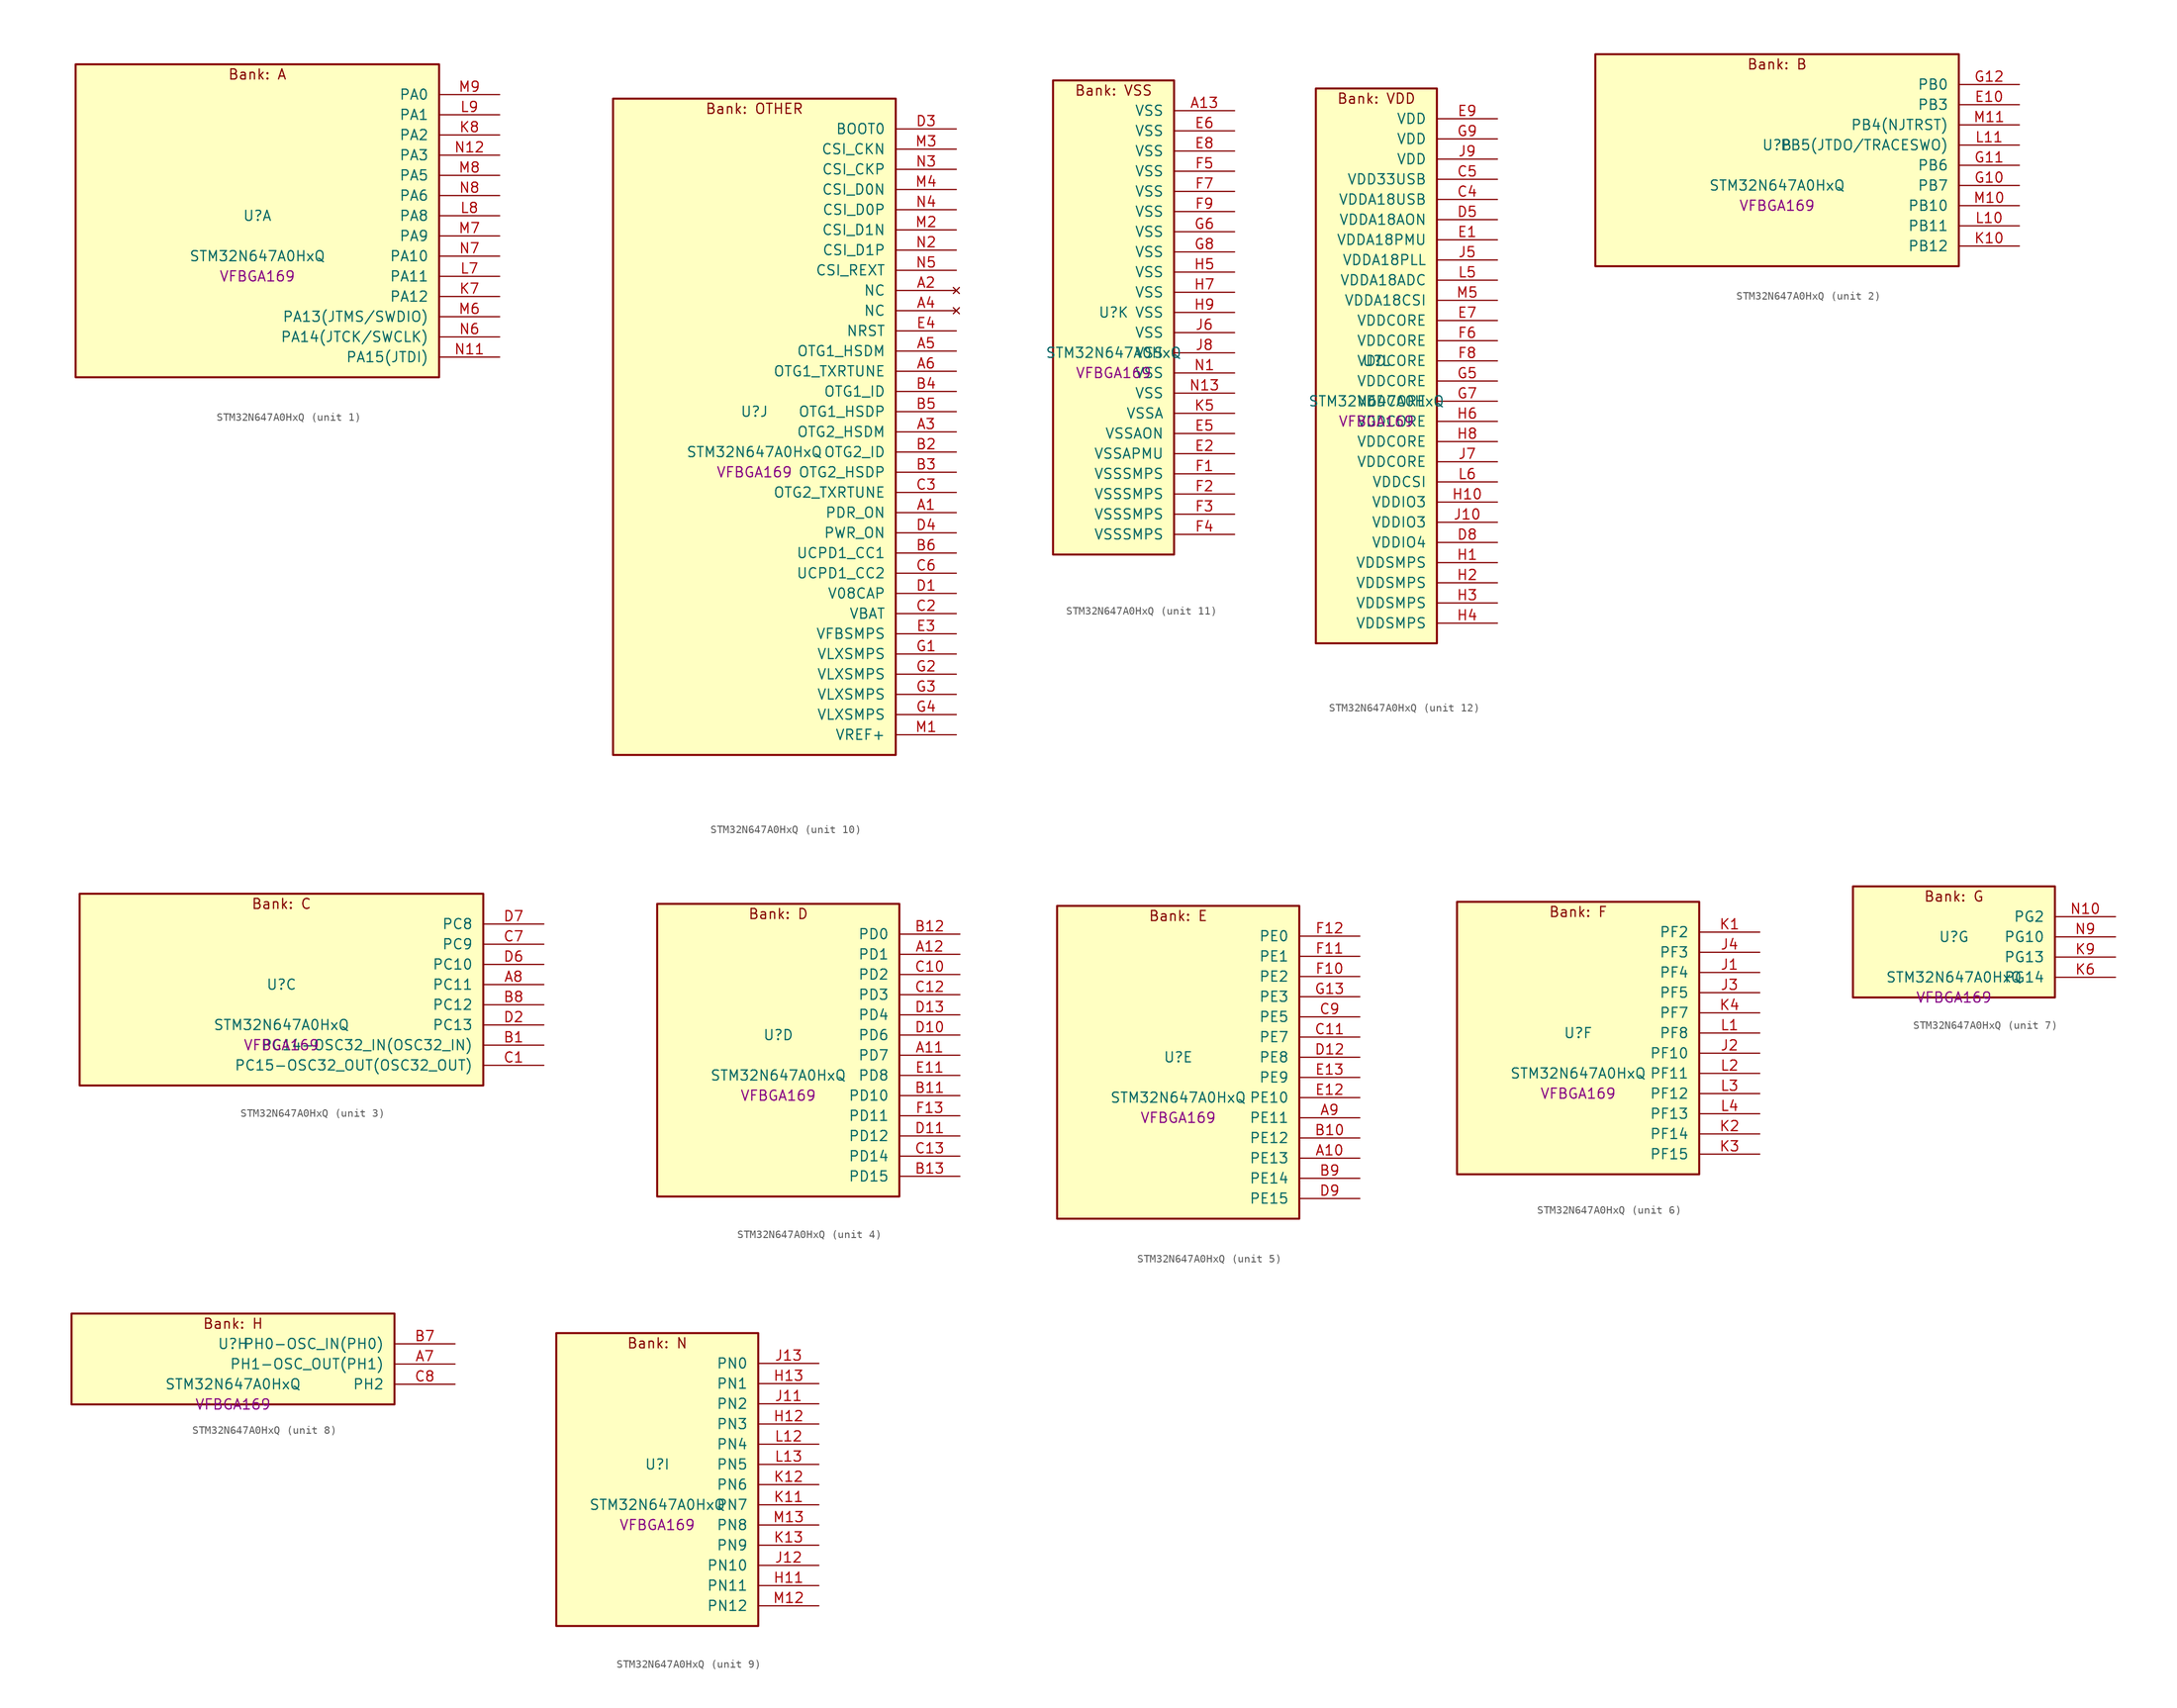
<source format=kicad_sym>
(kicad_symbol_lib
  (version 20241209)
  (generator "stm32_pkl_generator")
  (generator_version "1.0")
  (symbol "STM32N647A0HxQ"
    (pin_names
      (offset 1.27))
    (property "Reference" "U"
      (at 0 2.54 0))
    (property "Value" "STM32N647A0HxQ"
      (at 0 -2.54 0))
    (property "Footprint" "VFBGA169"
      (at 0 -5.08 0))
    (symbol "STM32N647A0HxQ_1_1"
      (rectangle (start -22.86 21.59) (end 22.86 -17.78) (stroke (width 0.254) (type solid)) (fill (type background)))
      (text "Bank: A" (at 0 20.32 0))
      (pin bidirectional line (at 30.48 17.78 180) (length 7.62) (name "PA0") (number "M9") (alternate "PA0/ADC1_INN1" bidirectional line) (alternate "PA0/ADC1_INP0" bidirectional line) (alternate "PA0/ADC2_INN1" bidirectional line) (alternate "PA0/ADC2_INP0" bidirectional line) (alternate "PA0/HDP_HDP0" bidirectional line) (alternate "PA0/I2S6_WS" bidirectional line) (alternate "PA0/LTDC_G3" bidirectional line) (alternate "PA0/PWR_WKUP1" bidirectional line) (alternate "PA0/SAI2_SD_B" bidirectional line) (alternate "PA0/SPI6_NSS" bidirectional line) (alternate "PA0/TIM15_BKIN" bidirectional line) (alternate "PA0/TIM2_CH1" bidirectional line) (alternate "PA0/TIM9_CH1" bidirectional line) (alternate "PA0/UART4_TX" bidirectional line))
      (pin bidirectional line (at 30.48 15.24 180) (length 7.62) (name "PA1") (number "L9") (alternate "PA1/ADC1_INP1" bidirectional line) (alternate "PA1/ADC2_INP1" bidirectional line) (alternate "PA1/DCMIPP_D0" bidirectional line) (alternate "PA1/DCMI_D0" bidirectional line) (alternate "PA1/HDP_HDP1" bidirectional line) (alternate "PA1/LTDC_G2" bidirectional line) (alternate "PA1/PSSI_D0" bidirectional line) (alternate "PA1/SAI2_MCLK_B" bidirectional line) (alternate "PA1/TIM15_CH1N" bidirectional line) (alternate "PA1/TIM2_CH2" bidirectional line) (alternate "PA1/UART4_RX" bidirectional line))
      (pin bidirectional line (at 30.48 12.7 180) (length 7.62) (name "PA2") (number "K8") (alternate "PA2/ADC1_INP14" bidirectional line) (alternate "PA2/ADC2_INP14" bidirectional line) (alternate "PA2/HDP_HDP2" bidirectional line) (alternate "PA2/LTDC_B7" bidirectional line) (alternate "PA2/MDIOS_MDIO" bidirectional line) (alternate "PA2/PWR_WKUP2" bidirectional line) (alternate "PA2/SAI2_SCK_B" bidirectional line) (alternate "PA2/TIM15_CH1" bidirectional line) (alternate "PA2/TIM2_CH3" bidirectional line))
      (pin bidirectional line (at 30.48 10.16 180) (length 7.62) (name "PA3") (number "N12") (alternate "PA3/SAI1_SD_B" bidirectional line) (alternate "PA3/SPI5_NSS" bidirectional line) (alternate "PA3/TIM16_CH1" bidirectional line) (alternate "PA3/UART7_RX" bidirectional line))
      (pin bidirectional line (at 30.48 7.62 180) (length 7.62) (name "PA5") (number "M8") (alternate "PA5/ADC2_INP18" bidirectional line) (alternate "PA5/DCMIPP_D8" bidirectional line) (alternate "PA5/DCMI_D8" bidirectional line) (alternate "PA5/HDP_HDP5" bidirectional line) (alternate "PA5/I2S1_CK" bidirectional line) (alternate "PA5/I2S6_CK" bidirectional line) (alternate "PA5/I3C1_SCL" bidirectional line) (alternate "PA5/LTDC_CLK" bidirectional line) (alternate "PA5/PSSI_D8" bidirectional line) (alternate "PA5/PWR_CSTOP" bidirectional line) (alternate "PA5/SPI1_SCK" bidirectional line) (alternate "PA5/SPI6_SCK" bidirectional line) (alternate "PA5/TIM10_CH1" bidirectional line) (alternate "PA5/TIM2_CH1" bidirectional line) (alternate "PA5/TIM2_ETR" bidirectional line) (alternate "PA5/TIM9_CH2" bidirectional line))
      (pin bidirectional line (at 30.48 5.08 180) (length 7.62) (name "PA6") (number "N8") (alternate "PA6/ADC1_INP3" bidirectional line) (alternate "PA6/ADC2_INP3" bidirectional line) (alternate "PA6/BOOT1" bidirectional line) (alternate "PA6/DCMIPP_PIXCLK" bidirectional line) (alternate "PA6/DCMI_PIXCLK" bidirectional line) (alternate "PA6/HDP_HDP6" bidirectional line) (alternate "PA6/I2S1_SDI" bidirectional line) (alternate "PA6/I2S6_SDI" bidirectional line) (alternate "PA6/I3C1_SDA" bidirectional line) (alternate "PA6/LTDC_B7" bidirectional line) (alternate "PA6/LTDC_HSYNC" bidirectional line) (alternate "PA6/MDIOS_MDC" bidirectional line) (alternate "PA6/PSSI_PDCK" bidirectional line) (alternate "PA6/SPI1_MISO" bidirectional line) (alternate "PA6/SPI6_MISO" bidirectional line) (alternate "PA6/TIM13_CH1" bidirectional line) (alternate "PA6/TIM1_BKIN" bidirectional line) (alternate "PA6/TIM3_CH1" bidirectional line))
      (pin bidirectional line (at 30.48 2.54 180) (length 7.62) (name "PA8") (number "L8") (alternate "PA8/ADC1_INP5" bidirectional line) (alternate "PA8/ADC2_INP5" bidirectional line) (alternate "PA8/HDP_HDP0" bidirectional line) (alternate "PA8/I2C3_SCL" bidirectional line) (alternate "PA8/I3C2_SCL" bidirectional line) (alternate "PA8/LTDC_B6" bidirectional line) (alternate "PA8/RCC_MCO_1" bidirectional line) (alternate "PA8/TIM11_CH1" bidirectional line) (alternate "PA8/TIM1_CH1" bidirectional line) (alternate "PA8/UART7_RX" bidirectional line) (alternate "PA8/USART1_CK" bidirectional line))
      (pin bidirectional line (at 30.48 0 180) (length 7.62) (name "PA9") (number "M7") (alternate "PA9/ADC1_INP10" bidirectional line) (alternate "PA9/ADC2_INP10" bidirectional line) (alternate "PA9/DCMIPP_D0" bidirectional line) (alternate "PA9/DCMI_D0" bidirectional line) (alternate "PA9/HDP_HDP1" bidirectional line) (alternate "PA9/I2C3_SDA" bidirectional line) (alternate "PA9/I2S2_CK" bidirectional line) (alternate "PA9/I3C2_SDA" bidirectional line) (alternate "PA9/LPUART1_TX" bidirectional line) (alternate "PA9/LTDC_B5" bidirectional line) (alternate "PA9/PSSI_D0" bidirectional line) (alternate "PA9/SPI2_SCK" bidirectional line) (alternate "PA9/TIM1_CH2" bidirectional line) (alternate "PA9/USART1_TX" bidirectional line))
      (pin bidirectional line (at 30.48 -2.54 180) (length 7.62) (name "PA10") (number "N7") (alternate "PA10/ADC1_INN10" bidirectional line) (alternate "PA10/ADC1_INP11" bidirectional line) (alternate "PA10/ADC2_INN10" bidirectional line) (alternate "PA10/ADC2_INP11" bidirectional line) (alternate "PA10/DCMIPP_D1" bidirectional line) (alternate "PA10/DCMI_D1" bidirectional line) (alternate "PA10/HDP_HDP2" bidirectional line) (alternate "PA10/LPUART1_RX" bidirectional line) (alternate "PA10/LTDC_B4" bidirectional line) (alternate "PA10/MDIOS_MDIO" bidirectional line) (alternate "PA10/PSSI_D1" bidirectional line) (alternate "PA10/PWR_CSLEEP" bidirectional line) (alternate "PA10/TIM1_CH3" bidirectional line) (alternate "PA10/USART1_RX" bidirectional line))
      (pin bidirectional line (at 30.48 -5.08 180) (length 7.62) (name "PA11") (number "L7") (alternate "PA11/ADC1_EXTI11" bidirectional line) (alternate "PA11/ADC1_INN11" bidirectional line) (alternate "PA11/ADC1_INP12" bidirectional line) (alternate "PA11/ADC2_EXTI11" bidirectional line) (alternate "PA11/ADC2_INN11" bidirectional line) (alternate "PA11/ADC2_INP12" bidirectional line) (alternate "PA11/FDCAN1_RX" bidirectional line) (alternate "PA11/HDP_HDP3" bidirectional line) (alternate "PA11/I2S2_WS" bidirectional line) (alternate "PA11/LPUART1_CTS" bidirectional line) (alternate "PA11/LTDC_B3" bidirectional line) (alternate "PA11/SPI2_NSS" bidirectional line) (alternate "PA11/TIM1_CH4" bidirectional line) (alternate "PA11/UART4_RX" bidirectional line) (alternate "PA11/USART1_CTS" bidirectional line) (alternate "PA11/USART1_NSS" bidirectional line))
      (pin bidirectional line (at 30.48 -7.62 180) (length 7.62) (name "PA12") (number "K7") (alternate "PA12/ADC1_INN12" bidirectional line) (alternate "PA12/ADC1_INP13" bidirectional line) (alternate "PA12/ADC2_INN12" bidirectional line) (alternate "PA12/ADC2_INP13" bidirectional line) (alternate "PA12/FDCAN1_TX" bidirectional line) (alternate "PA12/HDP_HDP4" bidirectional line) (alternate "PA12/I2S2_CK" bidirectional line) (alternate "PA12/LPUART1_RTS" bidirectional line) (alternate "PA12/LTDC_B2" bidirectional line) (alternate "PA12/SAI2_FS_B" bidirectional line) (alternate "PA12/SPI2_SCK" bidirectional line) (alternate "PA12/TIM1_ETR" bidirectional line) (alternate "PA12/UART4_TX" bidirectional line) (alternate "PA12/USART1_RTS" bidirectional line))
      (pin bidirectional line (at 30.48 -10.16 180) (length 7.62) (name "PA13(JTMS/SWDIO)") (number "M6") (alternate "PA13(JTMS/SWDIO)/DEBUG_JTMS-SWDIO" bidirectional line) (alternate "PA13(JTMS/SWDIO)/HDP_HDP5" bidirectional line))
      (pin bidirectional line (at 30.48 -12.7 180) (length 7.62) (name "PA14(JTCK/SWCLK)") (number "N6") (alternate "PA14(JTCK/SWCLK)/DEBUG_JTCK-SWCLK" bidirectional line) (alternate "PA14(JTCK/SWCLK)/HDP_HDP6" bidirectional line))
      (pin bidirectional line (at 30.48 -15.24 180) (length 7.62) (name "PA15(JTDI)") (number "N11") (alternate "PA15(JTDI)/ADC1_EXTI15" bidirectional line) (alternate "PA15(JTDI)/ADC2_EXTI15" bidirectional line) (alternate "PA15(JTDI)/DEBUG_JTDI" bidirectional line) (alternate "PA15(JTDI)/HDP_HDP7" bidirectional line) (alternate "PA15(JTDI)/I2S1_WS" bidirectional line) (alternate "PA15(JTDI)/I2S3_WS" bidirectional line) (alternate "PA15(JTDI)/I2S6_WS" bidirectional line) (alternate "PA15(JTDI)/LTDC_R5" bidirectional line) (alternate "PA15(JTDI)/SPI1_NSS" bidirectional line) (alternate "PA15(JTDI)/SPI3_NSS" bidirectional line) (alternate "PA15(JTDI)/SPI6_NSS" bidirectional line) (alternate "PA15(JTDI)/TIM2_CH1" bidirectional line) (alternate "PA15(JTDI)/TIM2_ETR" bidirectional line) (alternate "PA15(JTDI)/UART4_DE" bidirectional line) (alternate "PA15(JTDI)/UART4_RTS" bidirectional line) (alternate "PA15(JTDI)/UART7_TX" bidirectional line)))
    (symbol "STM32N647A0HxQ_2_1"
      (rectangle (start -22.86 13.97) (end 22.86 -12.7) (stroke (width 0.254) (type solid)) (fill (type background)))
      (text "Bank: B" (at 0 12.7 0))
      (pin bidirectional line (at 30.48 10.16 180) (length 7.62) (name "PB0") (number "G12") (alternate "PB0/ADF1_SDI0" bidirectional line) (alternate "PB0/DCMIPP_D4" bidirectional line) (alternate "PB0/DCMI_D4" bidirectional line) (alternate "PB0/DEBUG_TRACED1" bidirectional line) (alternate "PB0/MDF1_SDI2" bidirectional line) (alternate "PB0/PSSI_D4" bidirectional line) (alternate "PB0/SAI1_D2" bidirectional line) (alternate "PB0/SAI1_FS_A" bidirectional line) (alternate "PB0/SPI4_NSS" bidirectional line) (alternate "PB0/TIM15_CH1N" bidirectional line) (alternate "PB0/TIM1_CH4" bidirectional line))
      (pin bidirectional line (at 30.48 7.62 180) (length 7.62) (name "PB3") (number "E10") (alternate "PB3/DEBUG_JTDO-SWO" bidirectional line) (alternate "PB3/DEBUG_TRACECLK" bidirectional line) (alternate "PB3/GFXTIM_FCKCAL" bidirectional line) (alternate "PB3/GFXTIM_LCKCAL" bidirectional line) (alternate "PB3/HDP_HDP0" bidirectional line) (alternate "PB3/MDF1_CKI1" bidirectional line) (alternate "PB3/SAI2_FS_B" bidirectional line) (alternate "PB3/TIM1_CH4N" bidirectional line) (alternate "PB3/USART1_CK" bidirectional line))
      (pin bidirectional line (at 30.48 5.08 180) (length 7.62) (name "PB4(NJTRST)") (number "M11") (alternate "PB4(NJTRST)/DCMIPP_VSYNC" bidirectional line) (alternate "PB4(NJTRST)/DCMI_VSYNC" bidirectional line) (alternate "PB4(NJTRST)/DEBUG_NJTRST" bidirectional line) (alternate "PB4(NJTRST)/HDP_HDP4" bidirectional line) (alternate "PB4(NJTRST)/I2S1_SDI" bidirectional line) (alternate "PB4(NJTRST)/I2S2_WS" bidirectional line) (alternate "PB4(NJTRST)/I2S3_SDI" bidirectional line) (alternate "PB4(NJTRST)/I2S6_SDI" bidirectional line) (alternate "PB4(NJTRST)/LTDC_R3" bidirectional line) (alternate "PB4(NJTRST)/PSSI_RDY" bidirectional line) (alternate "PB4(NJTRST)/SPI1_MISO" bidirectional line) (alternate "PB4(NJTRST)/SPI2_NSS" bidirectional line) (alternate "PB4(NJTRST)/SPI3_MISO" bidirectional line) (alternate "PB4(NJTRST)/SPI6_MISO" bidirectional line) (alternate "PB4(NJTRST)/TIM16_BKIN" bidirectional line) (alternate "PB4(NJTRST)/TIM3_CH1" bidirectional line) (alternate "PB4(NJTRST)/UART7_TX" bidirectional line))
      (pin bidirectional line (at 30.48 2.54 180) (length 7.62) (name "PB5(JTDO/TRACESWO)") (number "L11") (alternate "PB5(JTDO/TRACESWO)/DCMIPP_D10" bidirectional line) (alternate "PB5(JTDO/TRACESWO)/DCMI_D10" bidirectional line) (alternate "PB5(JTDO/TRACESWO)/DEBUG_JTDO-SWO" bidirectional line) (alternate "PB5(JTDO/TRACESWO)/FDCAN2_RX" bidirectional line) (alternate "PB5(JTDO/TRACESWO)/HDP_HDP5" bidirectional line) (alternate "PB5(JTDO/TRACESWO)/I2S1_SDO" bidirectional line) (alternate "PB5(JTDO/TRACESWO)/I2S3_SDO" bidirectional line) (alternate "PB5(JTDO/TRACESWO)/I2S6_SDO" bidirectional line) (alternate "PB5(JTDO/TRACESWO)/LTDC_R2" bidirectional line) (alternate "PB5(JTDO/TRACESWO)/PSSI_D10" bidirectional line) (alternate "PB5(JTDO/TRACESWO)/SPI1_MOSI" bidirectional line) (alternate "PB5(JTDO/TRACESWO)/SPI3_MOSI" bidirectional line) (alternate "PB5(JTDO/TRACESWO)/SPI6_MOSI" bidirectional line) (alternate "PB5(JTDO/TRACESWO)/TIM3_CH2" bidirectional line) (alternate "PB5(JTDO/TRACESWO)/UART5_RX" bidirectional line))
      (pin bidirectional line (at 30.48 0 180) (length 7.62) (name "PB6") (number "G11") (alternate "PB6/ADF1_CCK1" bidirectional line) (alternate "PB6/DCMIPP_D6" bidirectional line) (alternate "PB6/DCMI_D6" bidirectional line) (alternate "PB6/DEBUG_TRACED2" bidirectional line) (alternate "PB6/MDF1_CCK1" bidirectional line) (alternate "PB6/PSSI_D6" bidirectional line) (alternate "PB6/SAI1_CK2" bidirectional line) (alternate "PB6/SAI1_SCK_A" bidirectional line) (alternate "PB6/SPI4_MISO" bidirectional line) (alternate "PB6/TIM15_CH1" bidirectional line))
      (pin bidirectional line (at 30.48 -2.54 180) (length 7.62) (name "PB7") (number "G10") (alternate "PB7/ADF1_SDI0" bidirectional line) (alternate "PB7/DCMIPP_D7" bidirectional line) (alternate "PB7/DCMI_D7" bidirectional line) (alternate "PB7/DEBUG_TRACED3" bidirectional line) (alternate "PB7/MDF1_SDI1" bidirectional line) (alternate "PB7/PSSI_D7" bidirectional line) (alternate "PB7/SAI1_D1" bidirectional line) (alternate "PB7/SAI1_SD_A" bidirectional line) (alternate "PB7/SAI2_MCLK_B" bidirectional line) (alternate "PB7/SPI4_MOSI" bidirectional line) (alternate "PB7/TIM15_CH2" bidirectional line) (alternate "PB7/TIM1_BKIN2" bidirectional line))
      (pin bidirectional line (at 30.48 -5.08 180) (length 7.62) (name "PB10") (number "M10") (alternate "PB10/ADC1_INN4" bidirectional line) (alternate "PB10/ADC1_INP8" bidirectional line) (alternate "PB10/ADC2_INN4" bidirectional line) (alternate "PB10/ADC2_INP8" bidirectional line) (alternate "PB10/HDP_HDP2" bidirectional line) (alternate "PB10/I2C2_SCL" bidirectional line) (alternate "PB10/I2S2_CK" bidirectional line) (alternate "PB10/I3C2_SCL" bidirectional line) (alternate "PB10/LPTIM2_IN1" bidirectional line) (alternate "PB10/LTDC_G7" bidirectional line) (alternate "PB10/SPI2_SCK" bidirectional line) (alternate "PB10/TIM2_CH3" bidirectional line) (alternate "PB10/USART3_TX" bidirectional line))
      (pin bidirectional line (at 30.48 -7.62 180) (length 7.62) (name "PB11") (number "L10") (alternate "PB11/ADC1_EXTI11" bidirectional line) (alternate "PB11/ADC1_INP4" bidirectional line) (alternate "PB11/ADC2_EXTI11" bidirectional line) (alternate "PB11/ADC2_INP4" bidirectional line) (alternate "PB11/HDP_HDP3" bidirectional line) (alternate "PB11/I2C2_SDA" bidirectional line) (alternate "PB11/I3C2_SDA" bidirectional line) (alternate "PB11/LPTIM2_ETR" bidirectional line) (alternate "PB11/LTDC_G6" bidirectional line) (alternate "PB11/TIM2_CH4" bidirectional line) (alternate "PB11/USART3_RX" bidirectional line))
      (pin bidirectional line (at 30.48 -10.16 180) (length 7.62) (name "PB12") (number "K10") (alternate "PB12/FDCAN2_RX" bidirectional line) (alternate "PB12/HDP_HDP4" bidirectional line) (alternate "PB12/I2C2_SMBA" bidirectional line) (alternate "PB12/I2S2_WS" bidirectional line) (alternate "PB12/LPTIM2_IN2" bidirectional line) (alternate "PB12/LTDC_G5" bidirectional line) (alternate "PB12/SPI2_NSS" bidirectional line) (alternate "PB12/TIM1_BKIN" bidirectional line) (alternate "PB12/UART5_RX" bidirectional line) (alternate "PB12/USART3_CK" bidirectional line)))
    (symbol "STM32N647A0HxQ_3_1"
      (rectangle (start -25.4 13.97) (end 25.4 -10.16) (stroke (width 0.254) (type solid)) (fill (type background)))
      (text "Bank: C" (at 0 12.7 0))
      (pin bidirectional line (at 33.02 10.16 180) (length 7.62) (name "PC8") (number "D7") (alternate "PC8/DCMIPP_D2" bidirectional line) (alternate "PC8/DCMI_D2" bidirectional line) (alternate "PC8/DEBUG_TRACED1" bidirectional line) (alternate "PC8/HDP_HDP0" bidirectional line) (alternate "PC8/I2C3_SMBA" bidirectional line) (alternate "PC8/LTDC_B0" bidirectional line) (alternate "PC8/PSSI_D2" bidirectional line) (alternate "PC8/TIM3_CH3" bidirectional line) (alternate "PC8/UART5_DE" bidirectional line) (alternate "PC8/UART5_RTS" bidirectional line) (alternate "PC8/UCPD1_FRSTX1" bidirectional line) (alternate "PC8/USART6_CK" bidirectional line))
      (pin bidirectional line (at 33.02 7.62 180) (length 7.62) (name "PC9") (number "C7") (alternate "PC9/AUDIOCLK" bidirectional line) (alternate "PC9/DCMIPP_D3" bidirectional line) (alternate "PC9/DCMI_D3" bidirectional line) (alternate "PC9/HDP_HDP1" bidirectional line) (alternate "PC9/I2C3_SDA" bidirectional line) (alternate "PC9/LTDC_B3" bidirectional line) (alternate "PC9/PSSI_D3" bidirectional line) (alternate "PC9/RCC_MCO_2" bidirectional line) (alternate "PC9/TIM3_CH4" bidirectional line) (alternate "PC9/UART5_CTS" bidirectional line) (alternate "PC9/UCPD1_FRSTX2" bidirectional line) (alternate "PC9/USART6_RX" bidirectional line))
      (pin bidirectional line (at 33.02 5.08 180) (length 7.62) (name "PC10") (number "D6") (alternate "PC10/DCMIPP_D14" bidirectional line) (alternate "PC10/HDP_HDP2" bidirectional line) (alternate "PC10/I2C4_SCL" bidirectional line) (alternate "PC10/I2S3_CK" bidirectional line) (alternate "PC10/I3C2_SCL" bidirectional line) (alternate "PC10/PSSI_D14" bidirectional line) (alternate "PC10/SPI3_SCK" bidirectional line) (alternate "PC10/TIM1_BKIN" bidirectional line) (alternate "PC10/UART4_TX" bidirectional line) (alternate "PC10/USART3_TX" bidirectional line))
      (pin bidirectional line (at 33.02 2.54 180) (length 7.62) (name "PC11") (number "A8") (alternate "PC11/ADC1_EXTI11" bidirectional line) (alternate "PC11/ADC2_EXTI11" bidirectional line) (alternate "PC11/DCMIPP_D4" bidirectional line) (alternate "PC11/DCMI_D4" bidirectional line) (alternate "PC11/HDP_HDP3" bidirectional line) (alternate "PC11/I2C4_SDA" bidirectional line) (alternate "PC11/I2S3_SDI" bidirectional line) (alternate "PC11/I3C2_SDA" bidirectional line) (alternate "PC11/PSSI_D4" bidirectional line) (alternate "PC11/SPI3_MISO" bidirectional line) (alternate "PC11/UART4_RX" bidirectional line) (alternate "PC11/USART3_RX" bidirectional line))
      (pin bidirectional line (at 33.02 0 180) (length 7.62) (name "PC12") (number "B8") (alternate "PC12/DCMIPP_D9" bidirectional line) (alternate "PC12/DCMI_D9" bidirectional line) (alternate "PC12/DEBUG_TRACED3" bidirectional line) (alternate "PC12/HDP_HDP4" bidirectional line) (alternate "PC12/I2S3_SDO" bidirectional line) (alternate "PC12/I2S6_CK" bidirectional line) (alternate "PC12/PSSI_D9" bidirectional line) (alternate "PC12/SPI3_MOSI" bidirectional line) (alternate "PC12/SPI6_SCK" bidirectional line) (alternate "PC12/TIM15_CH1" bidirectional line) (alternate "PC12/TIM1_CH4" bidirectional line) (alternate "PC12/UART5_TX" bidirectional line) (alternate "PC12/USART3_CK" bidirectional line))
      (pin bidirectional line (at 33.02 -2.54 180) (length 7.62) (name "PC13") (number "D2") (alternate "PC13/HDP_HDP5" bidirectional line) (alternate "PC13/PWR_WKUP3" bidirectional line) (alternate "PC13/RTC_OUT1" bidirectional line) (alternate "PC13/RTC_TS" bidirectional line) (alternate "PC13/TAMP_IN1" bidirectional line) (alternate "PC13/TAMP_OUT2" bidirectional line))
      (pin bidirectional line (at 33.02 -5.08 180) (length 7.62) (name "PC14-OSC32_IN(OSC32_IN)") (number "B1") (alternate "PC14-OSC32_IN(OSC32_IN)/RCC_OSC32_IN" bidirectional line))
      (pin bidirectional line (at 33.02 -7.62 180) (length 7.62) (name "PC15-OSC32_OUT(OSC32_OUT)") (number "C1") (alternate "PC15-OSC32_OUT(OSC32_OUT)/ADC1_EXTI15" bidirectional line) (alternate "PC15-OSC32_OUT(OSC32_OUT)/ADC2_EXTI15" bidirectional line) (alternate "PC15-OSC32_OUT(OSC32_OUT)/RCC_OSC32_OUT" bidirectional line)))
    (symbol "STM32N647A0HxQ_4_1"
      (rectangle (start -15.24 19.05) (end 15.24 -17.78) (stroke (width 0.254) (type solid)) (fill (type background)))
      (text "Bank: D" (at 0 17.78 0))
      (pin bidirectional line (at 22.86 15.24 180) (length 7.62) (name "PD0") (number "B12") (alternate "PD0/DCMIPP_HSYNC" bidirectional line) (alternate "PD0/DCMI_HSYNC" bidirectional line) (alternate "PD0/FDCAN1_RX" bidirectional line) (alternate "PD0/PSSI_DE" bidirectional line) (alternate "PD0/TIM1_ETR" bidirectional line) (alternate "PD0/UART4_RX" bidirectional line))
      (pin bidirectional line (at 22.86 12.7 180) (length 7.62) (name "PD1") (number "A12") (alternate "PD1/ETH1_MDC" bidirectional line) (alternate "PD1/FDCAN1_TX" bidirectional line) (alternate "PD1/UART4_TX" bidirectional line))
      (pin bidirectional line (at 22.86 10.16 180) (length 7.62) (name "PD2") (number "C10") (alternate "PD2/ADF1_SDI0" bidirectional line) (alternate "PD2/DEBUG_TRACED0" bidirectional line) (alternate "PD2/HDP_HDP1" bidirectional line) (alternate "PD2/I2S2_SDO" bidirectional line) (alternate "PD2/MDF1_SDI1" bidirectional line) (alternate "PD2/MDIOS_MDC" bidirectional line) (alternate "PD2/PWR_WKUP4" bidirectional line) (alternate "PD2/SAI1_D1" bidirectional line) (alternate "PD2/SAI1_SD_A" bidirectional line) (alternate "PD2/SPI2_MOSI" bidirectional line) (alternate "PD2/TIM15_CH1N" bidirectional line) (alternate "PD2/TIM1_CH3" bidirectional line))
      (pin bidirectional line (at 22.86 7.62 180) (length 7.62) (name "PD3") (number "C12") (alternate "PD3/DCMIPP_D14" bidirectional line) (alternate "PD3/ETH1_PHY_INTN" bidirectional line) (alternate "PD3/I2C2_SMBA" bidirectional line) (alternate "PD3/PSSI_D14" bidirectional line) (alternate "PD3/USART6_CTS" bidirectional line))
      (pin bidirectional line (at 22.86 5.08 180) (length 7.62) (name "PD4") (number "D13") (alternate "PD4/DCMIPP_D9" bidirectional line) (alternate "PD4/DCMI_D9" bidirectional line) (alternate "PD4/I2C2_SDA" bidirectional line) (alternate "PD4/PSSI_D9" bidirectional line) (alternate "PD4/SPI5_MISO" bidirectional line) (alternate "PD4/TAMP_IN7" bidirectional line) (alternate "PD4/TAMP_OUT8" bidirectional line) (alternate "PD4/TIM1_BKIN2" bidirectional line) (alternate "PD4/USART6_RTS" bidirectional line))
      (pin bidirectional line (at 22.86 2.54 180) (length 7.62) (name "PD6") (number "D10") (alternate "PD6/HDP_HDP2" bidirectional line) (alternate "PD6/I2S2_SDI" bidirectional line) (alternate "PD6/SPI2_MISO" bidirectional line) (alternate "PD6/TIM15_CH2" bidirectional line) (alternate "PD6/TIM1_CH1" bidirectional line))
      (pin bidirectional line (at 22.86 0 180) (length 7.62) (name "PD7") (number "A11") (alternate "PD7/DCMIPP_D0" bidirectional line) (alternate "PD7/DCMI_D0" bidirectional line) (alternate "PD7/HDP_HDP3" bidirectional line) (alternate "PD7/I2S2_SDO" bidirectional line) (alternate "PD7/I2S3_WS" bidirectional line) (alternate "PD7/PSSI_D0" bidirectional line) (alternate "PD7/SPI2_MOSI" bidirectional line) (alternate "PD7/SPI3_NSS" bidirectional line) (alternate "PD7/TIM15_CH1N" bidirectional line) (alternate "PD7/TIM1_CH2" bidirectional line))
      (pin bidirectional line (at 22.86 -2.54 180) (length 7.62) (name "PD8") (number "E11") (alternate "PD8/DCMIPP_D11" bidirectional line) (alternate "PD8/DCMI_D11" bidirectional line) (alternate "PD8/LTDC_R7" bidirectional line) (alternate "PD8/PSSI_D11" bidirectional line) (alternate "PD8/TAMP_IN3" bidirectional line) (alternate "PD8/TAMP_OUT4" bidirectional line) (alternate "PD8/USART3_TX" bidirectional line))
      (pin bidirectional line (at 22.86 -5.08 180) (length 7.62) (name "PD10") (number "B11") (alternate "PD10/DEBUG_TRACECLK" bidirectional line) (alternate "PD10/GFXTIM_TE" bidirectional line) (alternate "PD10/HDP_HDP4" bidirectional line) (alternate "PD10/I2S1_MCK" bidirectional line) (alternate "PD10/MDF1_CKI3" bidirectional line) (alternate "PD10/SAI2_FS_B" bidirectional line) (alternate "PD10/TIM1_ETR" bidirectional line) (alternate "PD10/UCPD1_FRSTX1" bidirectional line))
      (pin bidirectional line (at 22.86 -7.62 180) (length 7.62) (name "PD11") (number "F13") (alternate "PD11/ADC1_EXTI11" bidirectional line) (alternate "PD11/ADC2_EXTI11" bidirectional line) (alternate "PD11/DCMIPP_D15" bidirectional line) (alternate "PD11/I2C4_SDA" bidirectional line) (alternate "PD11/I2S2_SDI" bidirectional line) (alternate "PD11/PSSI_D15" bidirectional line) (alternate "PD11/SPI2_MISO" bidirectional line) (alternate "PD11/UCPD1_FRSTX1" bidirectional line))
      (pin bidirectional line (at 22.86 -10.16 180) (length 7.62) (name "PD12") (number "D11") (alternate "PD12/DCMIPP_D12" bidirectional line) (alternate "PD12/DCMI_D12" bidirectional line) (alternate "PD12/ETH1_MDIO" bidirectional line) (alternate "PD12/HDP_HDP5" bidirectional line) (alternate "PD12/MDF1_SDI3" bidirectional line) (alternate "PD12/PSSI_D12" bidirectional line) (alternate "PD12/SAI1_D3" bidirectional line) (alternate "PD12/UCPD1_FRSTX2" bidirectional line))
      (pin bidirectional line (at 22.86 -12.7 180) (length 7.62) (name "PD14") (number "C13") (alternate "PD14/I2C2_SCL" bidirectional line))
      (pin bidirectional line (at 22.86 -15.24 180) (length 7.62) (name "PD15") (number "B13") (alternate "PD15/ADC1_EXTI15" bidirectional line) (alternate "PD15/ADC2_EXTI15" bidirectional line) (alternate "PD15/I2C2_SDA" bidirectional line) (alternate "PD15/LTDC_R2" bidirectional line)))
    (symbol "STM32N647A0HxQ_5_1"
      (rectangle (start -15.24 21.59) (end 15.24 -17.78) (stroke (width 0.254) (type solid)) (fill (type background)))
      (text "Bank: E" (at 0 20.32 0))
      (pin bidirectional line (at 22.86 17.78 180) (length 7.62) (name "PE0") (number "F12") (alternate "PE0/DCMIPP_D2" bidirectional line) (alternate "PE0/DCMI_D2" bidirectional line) (alternate "PE0/LPTIM2_ETR" bidirectional line) (alternate "PE0/PSSI_D2" bidirectional line) (alternate "PE0/SAI2_MCLK_A" bidirectional line) (alternate "PE0/TAMP_IN6" bidirectional line) (alternate "PE0/TAMP_OUT5" bidirectional line) (alternate "PE0/USART3_RX" bidirectional line))
      (pin bidirectional line (at 22.86 15.24 180) (length 7.62) (name "PE1") (number "F11") (alternate "PE1/DCMIPP_D8" bidirectional line) (alternate "PE1/DCMI_D8" bidirectional line) (alternate "PE1/LPTIM2_CH2" bidirectional line) (alternate "PE1/PSSI_D8" bidirectional line) (alternate "PE1/USART3_TX" bidirectional line))
      (pin bidirectional line (at 22.86 12.7 180) (length 7.62) (name "PE2") (number "F10") (alternate "PE2/ADF1_CCK0" bidirectional line) (alternate "PE2/DEBUG_TRACECLK" bidirectional line) (alternate "PE2/MDF1_CCK0" bidirectional line) (alternate "PE2/SAI1_CK1" bidirectional line) (alternate "PE2/SAI1_MCLK_A" bidirectional line) (alternate "PE2/SPI4_SCK" bidirectional line) (alternate "PE2/TIM1_CH2N" bidirectional line) (alternate "PE2/UCPD1_FRSTX1" bidirectional line))
      (pin bidirectional line (at 22.86 10.16 180) (length 7.62) (name "PE3") (number "G13") (alternate "PE3/DEBUG_TRACED0" bidirectional line) (alternate "PE3/MDF1_CKI2" bidirectional line) (alternate "PE3/SAI1_SD_B" bidirectional line) (alternate "PE3/TIM15_BKIN" bidirectional line))
      (pin bidirectional line (at 22.86 7.62 180) (length 7.62) (name "PE5") (number "C9") (alternate "PE5/DCMIPP_D5" bidirectional line) (alternate "PE5/DCMI_D5" bidirectional line) (alternate "PE5/FDCAN2_TX" bidirectional line) (alternate "PE5/HDP_HDP6" bidirectional line) (alternate "PE5/I3C1_SCL" bidirectional line) (alternate "PE5/LPUART1_TX" bidirectional line) (alternate "PE5/PSSI_D5" bidirectional line) (alternate "PE5/TIM16_CH1N" bidirectional line) (alternate "PE5/UART5_TX" bidirectional line) (alternate "PE5/USART1_TX" bidirectional line))
      (pin bidirectional line (at 22.86 5.08 180) (length 7.62) (name "PE7") (number "C11") (alternate "PE7/MDF1_CKI0" bidirectional line) (alternate "PE7/SAI2_SD_B" bidirectional line) (alternate "PE7/TIM1_ETR" bidirectional line) (alternate "PE7/UART7_RX" bidirectional line))
      (pin bidirectional line (at 22.86 2.54 180) (length 7.62) (name "PE8") (number "D12") (alternate "PE8/DCMIPP_D4" bidirectional line) (alternate "PE8/DCMI_D4" bidirectional line) (alternate "PE8/MDF1_SDI0" bidirectional line) (alternate "PE8/PSSI_D4" bidirectional line) (alternate "PE8/TIM1_CH1N" bidirectional line) (alternate "PE8/UART7_TX" bidirectional line) (alternate "PE8/USART3_TX" bidirectional line))
      (pin bidirectional line (at 22.86 0 180) (length 7.62) (name "PE9") (number "E13") (alternate "PE9/MDF1_CKI4" bidirectional line) (alternate "PE9/TIM1_CH1" bidirectional line) (alternate "PE9/UART7_RTS" bidirectional line))
      (pin bidirectional line (at 22.86 -2.54 180) (length 7.62) (name "PE10") (number "E12") (alternate "PE10/DCMIPP_D3" bidirectional line) (alternate "PE10/DCMI_D3" bidirectional line) (alternate "PE10/DEBUG_TRACECLK" bidirectional line) (alternate "PE10/MDF1_SDI4" bidirectional line) (alternate "PE10/PSSI_D3" bidirectional line) (alternate "PE10/TIM1_CH2N" bidirectional line) (alternate "PE10/UART7_CTS" bidirectional line) (alternate "PE10/USART3_RX" bidirectional line))
      (pin bidirectional line (at 22.86 -5.08 180) (length 7.62) (name "PE11") (number "A9") (alternate "PE11/ADC1_EXTI11" bidirectional line) (alternate "PE11/ADC2_EXTI11" bidirectional line) (alternate "PE11/FDCAN3_TX" bidirectional line) (alternate "PE11/LTDC_VSYNC" bidirectional line) (alternate "PE11/MDF1_CKI5" bidirectional line) (alternate "PE11/SAI2_SD_B" bidirectional line) (alternate "PE11/SPI4_NSS" bidirectional line) (alternate "PE11/TIM1_CH2" bidirectional line))
      (pin bidirectional line (at 22.86 -7.62 180) (length 7.62) (name "PE12") (number "B10") (alternate "PE12/FDCAN3_RX" bidirectional line) (alternate "PE12/MDF1_SDI5" bidirectional line) (alternate "PE12/SAI2_SCK_B" bidirectional line) (alternate "PE12/SPI4_SCK" bidirectional line) (alternate "PE12/TIM1_CH3N" bidirectional line))
      (pin bidirectional line (at 22.86 -10.16 180) (length 7.62) (name "PE13") (number "A10") (alternate "PE13/ADF1_CCK0" bidirectional line) (alternate "PE13/I2C4_SCL" bidirectional line) (alternate "PE13/SAI2_FS_B" bidirectional line) (alternate "PE13/SPI4_MISO" bidirectional line) (alternate "PE13/TIM1_CH3" bidirectional line))
      (pin bidirectional line (at 22.86 -12.7 180) (length 7.62) (name "PE14") (number "B9") (alternate "PE14/ADF1_CCK1" bidirectional line) (alternate "PE14/GFXTIM_FCKCAL" bidirectional line) (alternate "PE14/GFXTIM_LCKCAL" bidirectional line) (alternate "PE14/I2C4_SDA" bidirectional line) (alternate "PE14/SAI2_MCLK_B" bidirectional line) (alternate "PE14/SPI4_MOSI" bidirectional line) (alternate "PE14/TIM1_CH4" bidirectional line))
      (pin bidirectional line (at 22.86 -15.24 180) (length 7.62) (name "PE15") (number "D9") (alternate "PE15/ADC1_EXTI15" bidirectional line) (alternate "PE15/ADC2_EXTI15" bidirectional line) (alternate "PE15/GFXTIM_FCKCAL" bidirectional line) (alternate "PE15/GFXTIM_LCKCAL" bidirectional line) (alternate "PE15/I2C4_SMBA" bidirectional line) (alternate "PE15/SPI5_SCK" bidirectional line) (alternate "PE15/TIM1_BKIN" bidirectional line)))
    (symbol "STM32N647A0HxQ_6_1"
      (rectangle (start -15.24 19.05) (end 15.24 -15.24) (stroke (width 0.254) (type solid)) (fill (type background)))
      (text "Bank: F" (at 0 17.78 0))
      (pin bidirectional line (at 22.86 15.24 180) (length 7.62) (name "PF2") (number "K1") (alternate "PF2/ETH1_RGMII_CLK125" bidirectional line) (alternate "PF2/FDCAN3_TX" bidirectional line) (alternate "PF2/I2S2_CK" bidirectional line) (alternate "PF2/LTDC_B1" bidirectional line) (alternate "PF2/SPI2_SCK" bidirectional line) (alternate "PF2/TIM1_CH3N" bidirectional line))
      (pin bidirectional line (at 22.86 12.7 180) (length 7.62) (name "PF3") (number "J4") (alternate "PF3/ADC1_INP16" bidirectional line) (alternate "PF3/DCMIPP_HSYNC" bidirectional line) (alternate "PF3/DCMI_HSYNC" bidirectional line) (alternate "PF3/ETH1_PPS_OUT" bidirectional line) (alternate "PF3/FDCAN3_RX" bidirectional line) (alternate "PF3/LTDC_R4" bidirectional line) (alternate "PF3/PSSI_DE" bidirectional line))
      (pin bidirectional line (at 22.86 10.16 180) (length 7.62) (name "PF4") (number "J1") (alternate "PF4/ADC1_INP18" bidirectional line) (alternate "PF4/DCMIPP_HSYNC" bidirectional line) (alternate "PF4/DCMI_HSYNC" bidirectional line) (alternate "PF4/ETH1_MDIO" bidirectional line) (alternate "PF4/HDP_HDP4" bidirectional line) (alternate "PF4/I2S1_WS" bidirectional line) (alternate "PF4/I2S3_WS" bidirectional line) (alternate "PF4/I2S6_WS" bidirectional line) (alternate "PF4/LTDC_R3" bidirectional line) (alternate "PF4/PSSI_DE" bidirectional line) (alternate "PF4/SPI1_NSS" bidirectional line) (alternate "PF4/SPI3_NSS" bidirectional line) (alternate "PF4/SPI6_NSS" bidirectional line))
      (pin bidirectional line (at 22.86 7.62 180) (length 7.62) (name "PF5") (number "J3") (alternate "PF5/DCMIPP_D6" bidirectional line) (alternate "PF5/DCMI_D6" bidirectional line) (alternate "PF5/ETH1_CLK" bidirectional line) (alternate "PF5/LPTIM2_IN2" bidirectional line) (alternate "PF5/LTDC_G0" bidirectional line) (alternate "PF5/PSSI_D6" bidirectional line) (alternate "PF5/SAI2_SD_A" bidirectional line) (alternate "PF5/TIM1_ETR" bidirectional line) (alternate "PF5/USART3_CTS" bidirectional line) (alternate "PF5/USART3_NSS" bidirectional line))
      (pin bidirectional line (at 22.86 5.08 180) (length 7.62) (name "PF7") (number "K4") (alternate "PF7/ADC1_INN5" bidirectional line) (alternate "PF7/ADC1_INP9" bidirectional line) (alternate "PF7/ADC2_INN5" bidirectional line) (alternate "PF7/ADC2_INP9" bidirectional line) (alternate "PF7/ETH1_MII_RX_CLK" bidirectional line) (alternate "PF7/ETH1_RGMII_RX_CLK" bidirectional line) (alternate "PF7/ETH1_RMII_REF_CLK" bidirectional line) (alternate "PF7/GFXTIM_TE" bidirectional line) (alternate "PF7/HDP_HDP0" bidirectional line) (alternate "PF7/I2S1_CK" bidirectional line) (alternate "PF7/LTDC_VSYNC" bidirectional line) (alternate "PF7/SPI1_SCK" bidirectional line) (alternate "PF7/TIM1_CH2N" bidirectional line) (alternate "PF7/TIM3_CH3" bidirectional line) (alternate "PF7/TIM9_CH1" bidirectional line) (alternate "PF7/UART4_CTS" bidirectional line))
      (pin bidirectional line (at 22.86 2.54 180) (length 7.62) (name "PF8") (number "L1") (alternate "PF8/DEBUG_TRACECLK" bidirectional line) (alternate "PF8/ETH1_MII_RXD2" bidirectional line) (alternate "PF8/ETH1_RGMII_RXD2" bidirectional line) (alternate "PF8/LTDC_R6" bidirectional line))
      (pin bidirectional line (at 22.86 0 180) (length 7.62) (name "PF10") (number "J2") (alternate "PF10/DCMIPP_D11" bidirectional line) (alternate "PF10/DCMIPP_D15" bidirectional line) (alternate "PF10/DCMI_D11" bidirectional line) (alternate "PF10/ETH1_MII_RX_DV" bidirectional line) (alternate "PF10/ETH1_RGMII_RX_CTL" bidirectional line) (alternate "PF10/ETH1_RMII_CRS_DV" bidirectional line) (alternate "PF10/LTDC_R1" bidirectional line) (alternate "PF10/MDF1_SDI3" bidirectional line) (alternate "PF10/PSSI_D11" bidirectional line) (alternate "PF10/PSSI_D15" bidirectional line) (alternate "PF10/SAI1_D3" bidirectional line) (alternate "PF10/TIM16_BKIN" bidirectional line) (alternate "PF10/UART7_RX" bidirectional line) (alternate "PF10/UCPD1_FRSTX1" bidirectional line))
      (pin bidirectional line (at 22.86 -2.54 180) (length 7.62) (name "PF11") (number "L2") (alternate "PF11/ADC1_EXTI11" bidirectional line) (alternate "PF11/ADC1_INP2" bidirectional line) (alternate "PF11/ADC2_EXTI11" bidirectional line) (alternate "PF11/DCMIPP_D15" bidirectional line) (alternate "PF11/ETH1_MII_TX_EN" bidirectional line) (alternate "PF11/ETH1_RGMII_TX_CTL" bidirectional line) (alternate "PF11/ETH1_RMII_TX_EN" bidirectional line) (alternate "PF11/LTDC_B0" bidirectional line) (alternate "PF11/PSSI_D15" bidirectional line) (alternate "PF11/SAI2_SD_B" bidirectional line) (alternate "PF11/SPI5_MOSI" bidirectional line))
      (pin bidirectional line (at 22.86 -5.08 180) (length 7.62) (name "PF12") (number "L3") (alternate "PF12/ADC1_INN2" bidirectional line) (alternate "PF12/ADC1_INP6" bidirectional line) (alternate "PF12/DCMIPP_D13" bidirectional line) (alternate "PF12/DCMI_D13" bidirectional line) (alternate "PF12/ETH1_MII_TXD0" bidirectional line) (alternate "PF12/ETH1_RGMII_TXD0" bidirectional line) (alternate "PF12/ETH1_RMII_TXD0" bidirectional line) (alternate "PF12/PSSI_D13" bidirectional line) (alternate "PF12/SPI5_MISO" bidirectional line) (alternate "PF12/USART1_RX" bidirectional line))
      (pin bidirectional line (at 22.86 -7.62 180) (length 7.62) (name "PF13") (number "L4") (alternate "PF13/ADC2_INP2" bidirectional line) (alternate "PF13/DCMIPP_D10" bidirectional line) (alternate "PF13/DCMI_D10" bidirectional line) (alternate "PF13/ETH1_MII_TXD1" bidirectional line) (alternate "PF13/ETH1_RGMII_TXD1" bidirectional line) (alternate "PF13/ETH1_RMII_TXD1" bidirectional line) (alternate "PF13/PSSI_D10" bidirectional line) (alternate "PF13/SPI5_NSS" bidirectional line) (alternate "PF13/USART1_TX" bidirectional line))
      (pin bidirectional line (at 22.86 -10.16 180) (length 7.62) (name "PF14") (number "K2") (alternate "PF14/ADC2_INN2" bidirectional line) (alternate "PF14/ADC2_INP6" bidirectional line) (alternate "PF14/ETH1_MII_RXD0" bidirectional line) (alternate "PF14/ETH1_RGMII_RXD0" bidirectional line) (alternate "PF14/ETH1_RMII_RXD0" bidirectional line) (alternate "PF14/LTDC_G0" bidirectional line) (alternate "PF14/SPI5_MOSI" bidirectional line) (alternate "PF14/TIM2_CH2" bidirectional line) (alternate "PF14/USART1_CTS" bidirectional line))
      (pin bidirectional line (at 22.86 -12.7 180) (length 7.62) (name "PF15") (number "K3") (alternate "PF15/ADC1_EXTI15" bidirectional line) (alternate "PF15/ADC2_EXTI15" bidirectional line) (alternate "PF15/ETH1_MII_RXD1" bidirectional line) (alternate "PF15/ETH1_RGMII_RXD1" bidirectional line) (alternate "PF15/ETH1_RMII_RXD1" bidirectional line) (alternate "PF15/LTDC_G1" bidirectional line) (alternate "PF15/SPI5_SCK" bidirectional line) (alternate "PF15/USART1_RTS" bidirectional line)))
    (symbol "STM32N647A0HxQ_7_1"
      (rectangle (start -12.7 8.89) (end 12.7 -5.08) (stroke (width 0.254) (type solid)) (fill (type background)))
      (text "Bank: G" (at 0 7.62 0))
      (pin bidirectional line (at 20.32 5.08 180) (length 7.62) (name "PG2") (number "N10") (alternate "PG2/DCMIPP_D6" bidirectional line) (alternate "PG2/DCMI_D6" bidirectional line) (alternate "PG2/LTDC_R0" bidirectional line) (alternate "PG2/PSSI_D6" bidirectional line) (alternate "PG2/SAI1_FS_B" bidirectional line) (alternate "PG2/SAI2_MCLK_B" bidirectional line) (alternate "PG2/SPI5_MOSI" bidirectional line) (alternate "PG2/TIM14_CH1" bidirectional line) (alternate "PG2/UART7_CTS" bidirectional line) (alternate "PG2/USART3_RTS" bidirectional line))
      (pin bidirectional line (at 20.32 2.54 180) (length 7.62) (name "PG10") (number "N9") (alternate "PG10/DCMIPP_D2" bidirectional line) (alternate "PG10/DCMI_D2" bidirectional line) (alternate "PG10/FDCAN2_TX" bidirectional line) (alternate "PG10/HDP_HDP5" bidirectional line) (alternate "PG10/I2S2_CK" bidirectional line) (alternate "PG10/LPTIM2_CH1" bidirectional line) (alternate "PG10/LTDC_G4" bidirectional line) (alternate "PG10/PSSI_D2" bidirectional line) (alternate "PG10/SPI2_SCK" bidirectional line) (alternate "PG10/TIM1_CH1N" bidirectional line) (alternate "PG10/UART5_TX" bidirectional line) (alternate "PG10/USART3_CTS" bidirectional line) (alternate "PG10/USART3_NSS" bidirectional line))
      (pin bidirectional line (at 20.32 0 180) (length 7.62) (name "PG13") (number "K9") (alternate "PG13/DCMIPP_D12" bidirectional line) (alternate "PG13/DCMI_D12" bidirectional line) (alternate "PG13/LPTIM2_IN1" bidirectional line) (alternate "PG13/LTDC_DE" bidirectional line) (alternate "PG13/PSSI_D12" bidirectional line) (alternate "PG13/SAI2_FS_A" bidirectional line) (alternate "PG13/USART3_RTS" bidirectional line))
      (pin bidirectional line (at 20.32 -2.54 180) (length 7.62) (name "PG14") (number "K6") (alternate "PG14/DCMIPP_D11" bidirectional line) (alternate "PG14/DCMI_D11" bidirectional line) (alternate "PG14/DEBUG_TRACED1" bidirectional line) (alternate "PG14/I2S6_SDO" bidirectional line) (alternate "PG14/LTDC_B1" bidirectional line) (alternate "PG14/PSSI_D11" bidirectional line) (alternate "PG14/SPI6_MOSI" bidirectional line) (alternate "PG14/USART6_TX" bidirectional line)))
    (symbol "STM32N647A0HxQ_8_1"
      (rectangle (start -20.32 6.35) (end 20.32 -5.08) (stroke (width 0.254) (type solid)) (fill (type background)))
      (text "Bank: H" (at 0 5.08 0))
      (pin bidirectional line (at 27.94 2.54 180) (length 7.62) (name "PH0-OSC_IN(PH0)") (number "B7") (alternate "PH0-OSC_IN(PH0)/RCC_OSC_IN" bidirectional line))
      (pin bidirectional line (at 27.94 0 180) (length 7.62) (name "PH1-OSC_OUT(PH1)") (number "A7") (alternate "PH1-OSC_OUT(PH1)/RCC_OSC_OUT" bidirectional line))
      (pin bidirectional line (at 27.94 -2.54 180) (length 7.62) (name "PH2") (number "C8") (alternate "PH2/DCMIPP_D11" bidirectional line) (alternate "PH2/DCMI_D11" bidirectional line) (alternate "PH2/DEBUG_TRACED2" bidirectional line) (alternate "PH2/FDCAN1_TX" bidirectional line) (alternate "PH2/PSSI_D11" bidirectional line) (alternate "PH2/TIM15_BKIN" bidirectional line) (alternate "PH2/TIM1_ETR" bidirectional line) (alternate "PH2/TIM3_ETR" bidirectional line) (alternate "PH2/UART5_RX" bidirectional line)))
    (symbol "STM32N647A0HxQ_9_1"
      (rectangle (start -12.7 19.05) (end 12.7 -17.78) (stroke (width 0.254) (type solid)) (fill (type background)))
      (text "Bank: N" (at 0 17.78 0))
      (pin bidirectional line (at 20.32 15.24 180) (length 7.62) (name "PN0") (number "J13") (alternate "PN0/XSPIM_P2_DQS0" bidirectional line))
      (pin bidirectional line (at 20.32 12.7 180) (length 7.62) (name "PN1") (number "H13") (alternate "PN1/XSPIM_P2_NCS1" bidirectional line))
      (pin bidirectional line (at 20.32 10.16 180) (length 7.62) (name "PN2") (number "J11") (alternate "PN2/XSPIM_P2_IO0" bidirectional line))
      (pin bidirectional line (at 20.32 7.62 180) (length 7.62) (name "PN3") (number "H12") (alternate "PN3/XSPIM_P2_IO1" bidirectional line))
      (pin bidirectional line (at 20.32 5.08 180) (length 7.62) (name "PN4") (number "L12") (alternate "PN4/XSPIM_P2_IO2" bidirectional line))
      (pin bidirectional line (at 20.32 2.54 180) (length 7.62) (name "PN5") (number "L13") (alternate "PN5/XSPIM_P2_IO3" bidirectional line))
      (pin bidirectional line (at 20.32 0 180) (length 7.62) (name "PN6") (number "K12") (alternate "PN6/XSPIM_P2_CLK" bidirectional line))
      (pin bidirectional line (at 20.32 -2.54 180) (length 7.62) (name "PN7") (number "K11") (alternate "PN7/XSPIM_P2_NCLK" bidirectional line))
      (pin bidirectional line (at 20.32 -5.08 180) (length 7.62) (name "PN8") (number "M13") (alternate "PN8/XSPIM_P2_IO4" bidirectional line))
      (pin bidirectional line (at 20.32 -7.62 180) (length 7.62) (name "PN9") (number "K13") (alternate "PN9/DCMIPP_D5" bidirectional line) (alternate "PN9/DCMI_D5" bidirectional line) (alternate "PN9/PSSI_D5" bidirectional line) (alternate "PN9/XSPIM_P2_IO5" bidirectional line))
      (pin bidirectional line (at 20.32 -10.16 180) (length 7.62) (name "PN10") (number "J12") (alternate "PN10/LTDC_B4" bidirectional line) (alternate "PN10/XSPIM_P2_IO6" bidirectional line))
      (pin bidirectional line (at 20.32 -12.7 180) (length 7.62) (name "PN11") (number "H11") (alternate "PN11/ADC1_EXTI11" bidirectional line) (alternate "PN11/ADC2_EXTI11" bidirectional line) (alternate "PN11/LTDC_B6" bidirectional line) (alternate "PN11/XSPIM_P2_IO7" bidirectional line))
      (pin bidirectional line (at 20.32 -15.24 180) (length 7.62) (name "PN12") (number "M12") (alternate "PN12/XSPIM_P2_NCS2" bidirectional line)))
    (symbol "STM32N647A0HxQ_10_1"
      (rectangle (start -17.78 41.91) (end 17.78 -40.64) (stroke (width 0.254) (type solid)) (fill (type background)))
      (text "Bank: OTHER" (at 0 40.64 0))
      (pin input line (at 25.4 38.1 180) (length 7.62) (name "BOOT0") (number "D3"))
      (pin bidirectional line (at 25.4 35.56 180) (length 7.62) (name "CSI_CKN") (number "M3") (alternate "CSI_CKN/CSI_CKN" bidirectional line))
      (pin bidirectional line (at 25.4 33.02 180) (length 7.62) (name "CSI_CKP") (number "N3") (alternate "CSI_CKP/CSI_CKP" bidirectional line))
      (pin bidirectional line (at 25.4 30.48 180) (length 7.62) (name "CSI_D0N") (number "M4") (alternate "CSI_D0N/CSI_D0N" bidirectional line))
      (pin bidirectional line (at 25.4 27.94 180) (length 7.62) (name "CSI_D0P") (number "N4") (alternate "CSI_D0P/CSI_D0P" bidirectional line))
      (pin bidirectional line (at 25.4 25.4 180) (length 7.62) (name "CSI_D1N") (number "M2") (alternate "CSI_D1N/CSI_D1N" bidirectional line))
      (pin bidirectional line (at 25.4 22.86 180) (length 7.62) (name "CSI_D1P") (number "N2") (alternate "CSI_D1P/CSI_D1P" bidirectional line))
      (pin bidirectional line (at 25.4 20.32 180) (length 7.62) (name "CSI_REXT") (number "N5") (alternate "CSI_REXT/CSI_REXT" bidirectional line))
      (pin no_connect line (at 25.4 17.78 180) (length 7.62) (name "NC") (number "A2"))
      (pin no_connect line (at 25.4 15.24 180) (length 7.62) (name "NC") (number "A4"))
      (pin input line (at 25.4 12.7 180) (length 7.62) (name "NRST") (number "E4"))
      (pin bidirectional line (at 25.4 10.16 180) (length 7.62) (name "OTG1_HSDM") (number "A5") (alternate "OTG1_HSDM/USB1_OTG_HS_DM" bidirectional line))
      (pin bidirectional line (at 25.4 7.62 180) (length 7.62) (name "OTG1_TXRTUNE") (number "A6"))
      (pin bidirectional line (at 25.4 5.08 180) (length 7.62) (name "OTG1_ID") (number "B4") (alternate "OTG1_ID/USB1_OTG_HS_ID" bidirectional line))
      (pin bidirectional line (at 25.4 2.54 180) (length 7.62) (name "OTG1_HSDP") (number "B5") (alternate "OTG1_HSDP/USB1_OTG_HS_DP" bidirectional line))
      (pin bidirectional line (at 25.4 0 180) (length 7.62) (name "OTG2_HSDM") (number "A3") (alternate "OTG2_HSDM/USB2_OTG_HS_DM" bidirectional line))
      (pin bidirectional line (at 25.4 -2.54 180) (length 7.62) (name "OTG2_ID") (number "B2") (alternate "OTG2_ID/USB2_OTG_HS_ID" bidirectional line))
      (pin bidirectional line (at 25.4 -5.08 180) (length 7.62) (name "OTG2_HSDP") (number "B3") (alternate "OTG2_HSDP/USB2_OTG_HS_DP" bidirectional line))
      (pin bidirectional line (at 25.4 -7.62 180) (length 7.62) (name "OTG2_TXRTUNE") (number "C3"))
      (pin bidirectional line (at 25.4 -10.16 180) (length 7.62) (name "PDR_ON") (number "A1"))
      (pin bidirectional line (at 25.4 -12.7 180) (length 7.62) (name "PWR_ON") (number "D4"))
      (pin bidirectional line (at 25.4 -15.24 180) (length 7.62) (name "UCPD1_CC1") (number "B6") (alternate "UCPD1_CC1/UCPD1_CC1" bidirectional line))
      (pin bidirectional line (at 25.4 -17.78 180) (length 7.62) (name "UCPD1_CC2") (number "C6") (alternate "UCPD1_CC2/UCPD1_CC2" bidirectional line))
      (pin power_in line (at 25.4 -20.32 180) (length 7.62) (name "V08CAP") (number "D1"))
      (pin power_in line (at 25.4 -22.86 180) (length 7.62) (name "VBAT") (number "C2"))
      (pin power_in line (at 25.4 -25.4 180) (length 7.62) (name "VFBSMPS") (number "E3"))
      (pin power_in line (at 25.4 -27.94 180) (length 7.62) (name "VLXSMPS") (number "G1"))
      (pin power_in line (at 25.4 -30.48 180) (length 7.62) (name "VLXSMPS") (number "G2"))
      (pin power_in line (at 25.4 -33.02 180) (length 7.62) (name "VLXSMPS") (number "G3"))
      (pin power_in line (at 25.4 -35.56 180) (length 7.62) (name "VLXSMPS") (number "G4"))
      (pin bidirectional line (at 25.4 -38.1 180) (length 7.62) (name "VREF+") (number "M1")))
    (symbol "STM32N647A0HxQ_11_1"
      (rectangle (start -7.62 31.75) (end 7.62 -27.94) (stroke (width 0.254) (type solid)) (fill (type background)))
      (text "Bank: VSS" (at 0 30.48 0))
      (pin power_in line (at 15.24 27.94 180) (length 7.62) (name "VSS") (number "A13"))
      (pin power_in line (at 15.24 25.4 180) (length 7.62) (name "VSS") (number "E6"))
      (pin power_in line (at 15.24 22.86 180) (length 7.62) (name "VSS") (number "E8"))
      (pin power_in line (at 15.24 20.32 180) (length 7.62) (name "VSS") (number "F5"))
      (pin power_in line (at 15.24 17.78 180) (length 7.62) (name "VSS") (number "F7"))
      (pin power_in line (at 15.24 15.24 180) (length 7.62) (name "VSS") (number "F9"))
      (pin power_in line (at 15.24 12.7 180) (length 7.62) (name "VSS") (number "G6"))
      (pin power_in line (at 15.24 10.16 180) (length 7.62) (name "VSS") (number "G8"))
      (pin power_in line (at 15.24 7.62 180) (length 7.62) (name "VSS") (number "H5"))
      (pin power_in line (at 15.24 5.08 180) (length 7.62) (name "VSS") (number "H7"))
      (pin power_in line (at 15.24 2.54 180) (length 7.62) (name "VSS") (number "H9"))
      (pin power_in line (at 15.24 0 180) (length 7.62) (name "VSS") (number "J6"))
      (pin power_in line (at 15.24 -2.54 180) (length 7.62) (name "VSS") (number "J8"))
      (pin power_in line (at 15.24 -5.08 180) (length 7.62) (name "VSS") (number "N1"))
      (pin power_in line (at 15.24 -7.62 180) (length 7.62) (name "VSS") (number "N13"))
      (pin power_in line (at 15.24 -10.16 180) (length 7.62) (name "VSSA") (number "K5"))
      (pin power_in line (at 15.24 -12.7 180) (length 7.62) (name "VSSAON") (number "E5"))
      (pin power_in line (at 15.24 -15.24 180) (length 7.62) (name "VSSAPMU") (number "E2"))
      (pin power_in line (at 15.24 -17.78 180) (length 7.62) (name "VSSSMPS") (number "F1"))
      (pin power_in line (at 15.24 -20.32 180) (length 7.62) (name "VSSSMPS") (number "F2"))
      (pin power_in line (at 15.24 -22.86 180) (length 7.62) (name "VSSSMPS") (number "F3"))
      (pin power_in line (at 15.24 -25.4 180) (length 7.62) (name "VSSSMPS") (number "F4")))
    (symbol "STM32N647A0HxQ_12_1"
      (rectangle (start -7.62 36.83) (end 7.62 -33.02) (stroke (width 0.254) (type solid)) (fill (type background)))
      (text "Bank: VDD" (at 0 35.56 0))
      (pin power_in line (at 15.24 33.02 180) (length 7.62) (name "VDD") (number "E9"))
      (pin power_in line (at 15.24 30.48 180) (length 7.62) (name "VDD") (number "G9"))
      (pin power_in line (at 15.24 27.94 180) (length 7.62) (name "VDD") (number "J9"))
      (pin power_in line (at 15.24 25.4 180) (length 7.62) (name "VDD33USB") (number "C5"))
      (pin power_in line (at 15.24 22.86 180) (length 7.62) (name "VDDA18USB") (number "C4"))
      (pin power_in line (at 15.24 20.32 180) (length 7.62) (name "VDDA18AON") (number "D5"))
      (pin power_in line (at 15.24 17.78 180) (length 7.62) (name "VDDA18PMU") (number "E1"))
      (pin power_in line (at 15.24 15.24 180) (length 7.62) (name "VDDA18PLL") (number "J5"))
      (pin power_in line (at 15.24 12.7 180) (length 7.62) (name "VDDA18ADC") (number "L5"))
      (pin power_in line (at 15.24 10.16 180) (length 7.62) (name "VDDA18CSI") (number "M5"))
      (pin power_in line (at 15.24 7.62 180) (length 7.62) (name "VDDCORE") (number "E7"))
      (pin power_in line (at 15.24 5.08 180) (length 7.62) (name "VDDCORE") (number "F6"))
      (pin power_in line (at 15.24 2.54 180) (length 7.62) (name "VDDCORE") (number "F8"))
      (pin power_in line (at 15.24 0 180) (length 7.62) (name "VDDCORE") (number "G5"))
      (pin power_in line (at 15.24 -2.54 180) (length 7.62) (name "VDDCORE") (number "G7"))
      (pin power_in line (at 15.24 -5.08 180) (length 7.62) (name "VDDCORE") (number "H6"))
      (pin power_in line (at 15.24 -7.62 180) (length 7.62) (name "VDDCORE") (number "H8"))
      (pin power_in line (at 15.24 -10.16 180) (length 7.62) (name "VDDCORE") (number "J7"))
      (pin power_in line (at 15.24 -12.7 180) (length 7.62) (name "VDDCSI") (number "L6"))
      (pin power_in line (at 15.24 -15.24 180) (length 7.62) (name "VDDIO3") (number "H10"))
      (pin power_in line (at 15.24 -17.78 180) (length 7.62) (name "VDDIO3") (number "J10"))
      (pin power_in line (at 15.24 -20.32 180) (length 7.62) (name "VDDIO4") (number "D8"))
      (pin power_in line (at 15.24 -22.86 180) (length 7.62) (name "VDDSMPS") (number "H1"))
      (pin power_in line (at 15.24 -25.4 180) (length 7.62) (name "VDDSMPS") (number "H2"))
      (pin power_in line (at 15.24 -27.94 180) (length 7.62) (name "VDDSMPS") (number "H3"))
      (pin power_in line (at 15.24 -30.48 180) (length 7.62) (name "VDDSMPS") (number "H4")))))
</source>
